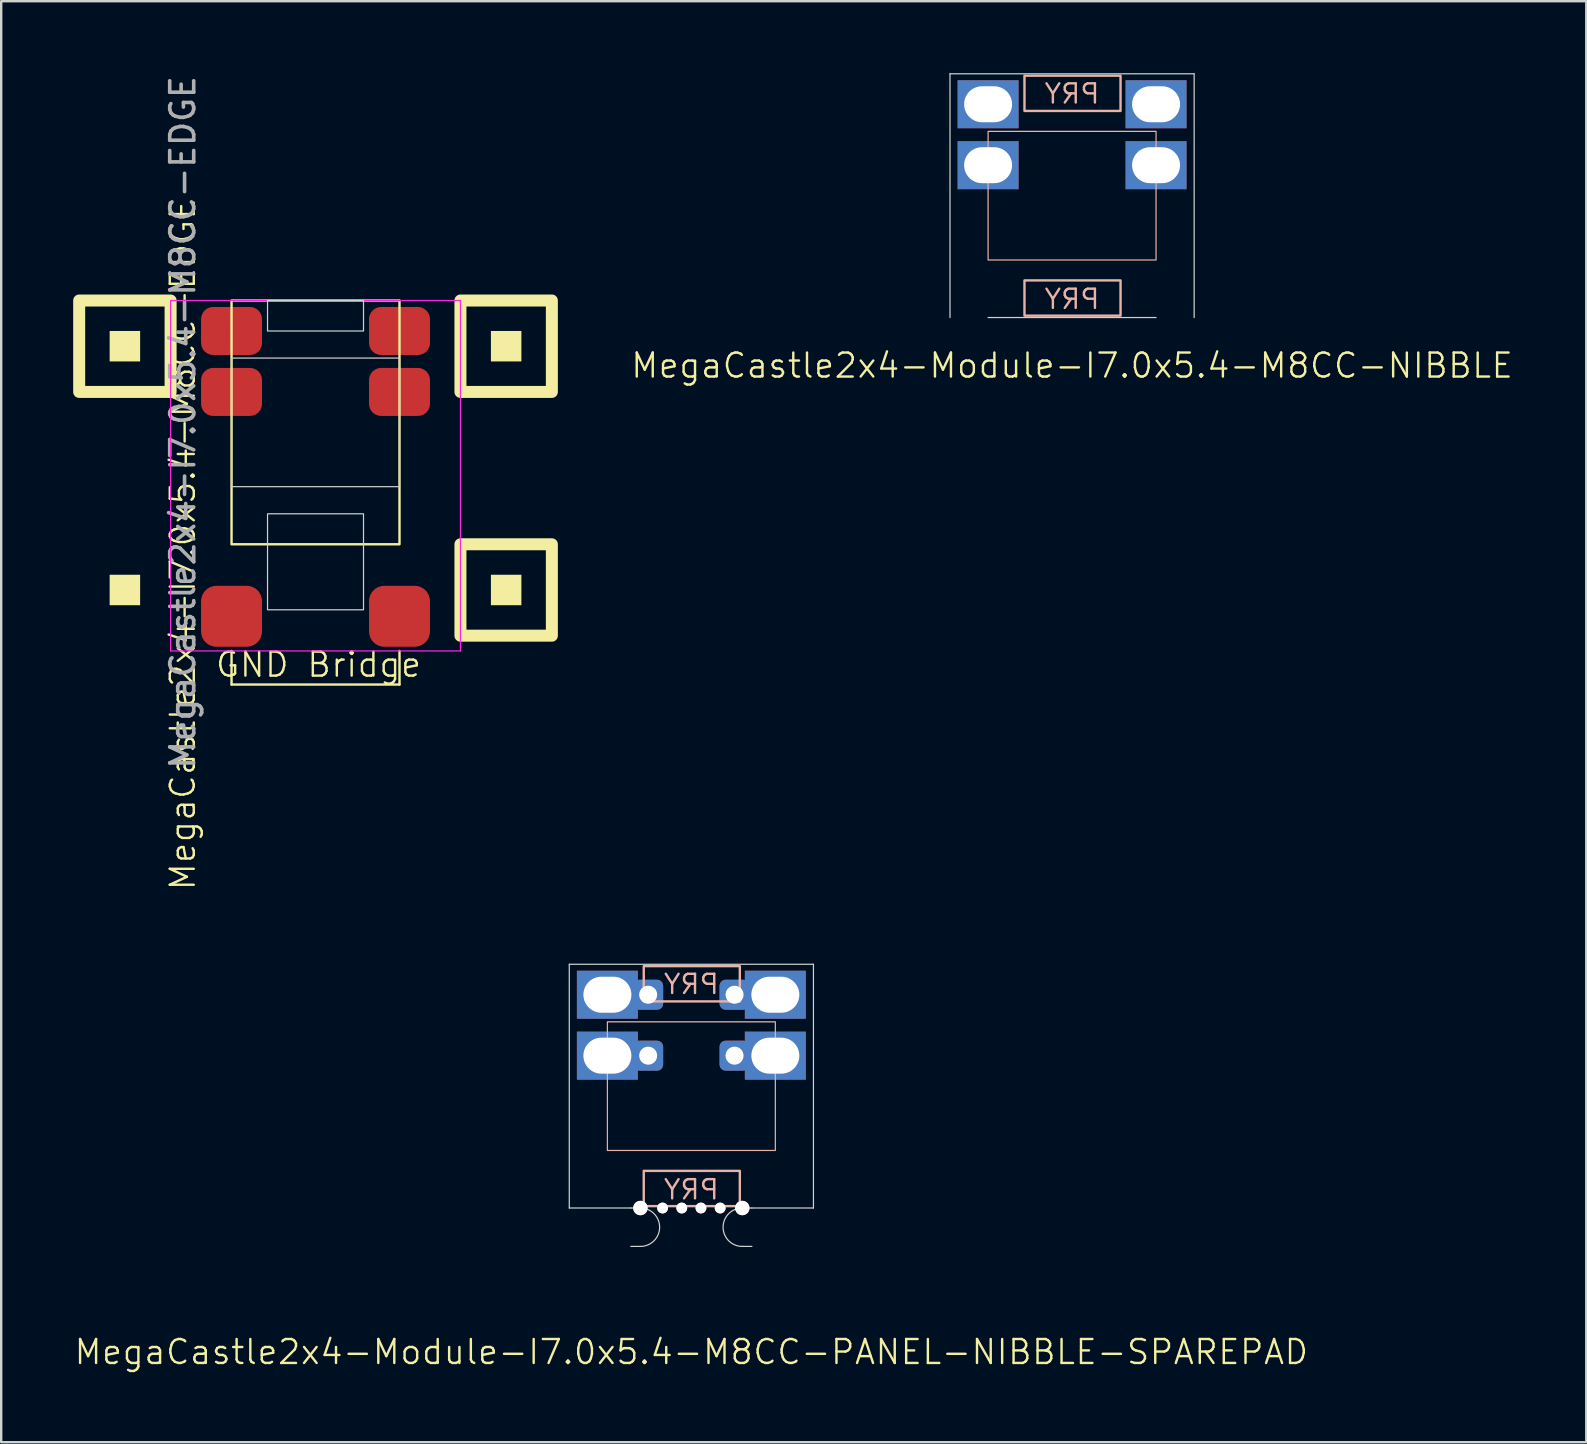
<source format=kicad_pcb>
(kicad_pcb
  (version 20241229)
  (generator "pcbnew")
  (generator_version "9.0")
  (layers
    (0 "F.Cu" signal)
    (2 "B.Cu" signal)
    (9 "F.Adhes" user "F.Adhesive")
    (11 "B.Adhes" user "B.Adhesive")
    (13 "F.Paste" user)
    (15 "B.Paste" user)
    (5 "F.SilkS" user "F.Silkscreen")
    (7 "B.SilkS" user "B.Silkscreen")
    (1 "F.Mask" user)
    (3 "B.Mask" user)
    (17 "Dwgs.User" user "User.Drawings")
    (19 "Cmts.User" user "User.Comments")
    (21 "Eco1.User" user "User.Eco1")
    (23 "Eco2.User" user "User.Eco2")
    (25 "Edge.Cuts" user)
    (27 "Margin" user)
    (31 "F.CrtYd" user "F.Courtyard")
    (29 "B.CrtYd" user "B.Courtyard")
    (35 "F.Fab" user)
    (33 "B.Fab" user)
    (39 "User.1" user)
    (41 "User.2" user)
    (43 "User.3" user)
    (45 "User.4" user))
  (footprint "MegaCastle2x4-Module-I7.0x5.4-M8CC-NIBBLE"
    (layer "F.Cu")
    (at 41.631 5.105)
    (property "Reference" "MegaCastle2x4-Module-I7.0x5.4-M8CC-NIBBLE" (at 0 7.08 0) (unlocked yes) (layer "F.SilkS") (effects (font (size 1 1) (thickness 0.1))))
    (attr smd)
    (fp_rect (start -3.5 2.68) (end 3.5 -2.68) (stroke (width 0.05) (type default)) (fill no) (layer "B.SilkS"))
    (fp_rect (start -1.984 -3.531) (end 2.02 -5) (stroke (width 0.1) (type default)) (fill no) (layer "B.SilkS"))
    (fp_rect (start -1.984 3.531) (end 2.02 5) (stroke (width 0.1) (type default)) (fill no) (layer "B.SilkS"))
    (fp_line (start -5.088 -5.08) (end -5.088 5.08) (stroke (width 0.05) (type default)) (layer "Edge.Cuts"))
    (fp_line (start -5.088 -5.08) (end 5.088 -5.08) (stroke (width 0.05) (type default)) (layer "Edge.Cuts"))
    (fp_line (start -3.5 5.08) (end 3.5 5.08) (stroke (width 0.05) (type default)) (layer "Edge.Cuts"))
    (fp_line (start 5.088 -5.08) (end 5.088 5.08) (stroke (width 0.05) (type default)) (layer "Edge.Cuts"))
    (fp_text user "PRY" (at 0 -3.78 0) (unlocked yes) (layer "B.SilkS") (effects (font (size 0.8 0.8) (thickness 0.1)) (justify bottom mirror)))
    (fp_text user "PRY" (at 0 4.78 0) (unlocked yes) (layer "B.SilkS") (effects (font (size 0.8 0.8) (thickness 0.1)) (justify bottom mirror)))
    (pad "1" thru_hole rect (at -3.5 -3.81) (size 2.54 2) (drill oval 2 1.5) (property pad_prop_castellated) (layers "*.Cu" "*.Mask"))
    (pad "2" thru_hole rect (at -3.5 -1.27) (size 2.54 2) (drill oval 2 1.5) (property pad_prop_castellated) (layers "*.Cu" "*.Mask"))
    (pad "5" thru_hole rect (at 3.5 -3.81) (size 2.54 2) (drill oval 2 1.5) (property pad_prop_castellated) (layers "*.Cu" "*.Mask"))
    (pad "6" thru_hole rect (at 3.5 -1.27) (size 2.54 2) (drill oval 2 1.5) (property pad_prop_castellated) (layers "*.Cu" "*.Mask"))
    (zone (net_name "") (layer "B.Cu") (hatch edge 0.5) (connect_pads) (min_thickness 0.25) (filled_areas_thickness no) (keepout (tracks allowed) (vias allowed) (pads allowed) (copperpour allowed) (footprints not_allowed)) (placement (enabled no)) (fill) (polygon (pts (xy 38.131 10.185) (xy 38.131 0.025))))
    (zone (net_name "") (layer "B.Cu") (hatch edge 0.5) (connect_pads) (min_thickness 0.25) (filled_areas_thickness no) (keepout (tracks allowed) (vias allowed) (pads allowed) (copperpour allowed) (footprints not_allowed)) (placement (enabled no)) (fill) (polygon (pts (xy 45.131 10.185) (xy 45.131 0.025))))
    (zone (net_name "") (layer "B.Cu") (hatch edge 0.5) (connect_pads) (min_thickness 0.25) (filled_areas_thickness no) (keepout (tracks allowed) (vias allowed) (pads allowed) (copperpour allowed) (footprints not_allowed)) (placement (enabled no)) (fill) (polygon (pts (xy 38.131 0.025) (xy 38.131 2.425) (xy 45.131 2.425) (xy 45.131 0.025))))
    (zone (net_name "") (layer "B.Cu") (hatch edge 0.5) (connect_pads) (min_thickness 0.25) (filled_areas_thickness no) (keepout (tracks allowed) (vias allowed) (pads allowed) (copperpour allowed) (footprints not_allowed)) (placement (enabled no)) (fill) (polygon (pts (xy 38.131 10.185) (xy 38.131 7.785) (xy 45.131 7.785) (xy 45.131 10.185))))
    (zone (net_name "") (layer "B.Cu") (name "Upper Pry Zone") (hatch edge 0.5) (connect_pads) (min_thickness 0.25) (filled_areas_thickness no) (keepout (tracks not_allowed) (vias not_allowed) (pads not_allowed) (copperpour allowed) (footprints not_allowed)) (placement (enabled no)) (fill) (polygon (pts (xy 39.647 1.574) (xy 39.647 0.105) (xy 43.65 0.105) (xy 43.65 1.574))))
    (zone (net_name "") (layer "B.Cu") (name "Upper Pry Zone") (hatch edge 0.5) (connect_pads) (min_thickness 0.25) (filled_areas_thickness no) (keepout (tracks not_allowed) (vias not_allowed) (pads not_allowed) (copperpour allowed) (footprints not_allowed)) (placement (enabled no)) (fill) (polygon (pts (xy 39.647 8.636) (xy 39.647 10.105) (xy 43.65 10.105) (xy 43.65 8.636)))))
  (footprint "MegaCastle2x4-I7.0x5.4-M8CC-EDGE"
    (layer "F.Cu")
    (at 10.1 14.554)
    (property "Reference" "MegaCastle2x4-I7.0x5.4-M8CC-EDGE" (at -5.532 5.08 90) (unlocked yes) (layer "F.SilkS") (effects (font (size 1 1) (thickness 0.1))))
    (attr smd)
    (fp_line (start -3.5 9.525) (end -3.5 10.925) (stroke (width 0.1) (type default)) (layer "F.SilkS"))
    (fp_line (start -3.5 10.925) (end 3.5 10.925) (stroke (width 0.1) (type default)) (layer "F.SilkS"))
    (fp_line (start 3.5 9.525) (end 3.5 10.925) (stroke (width 0.1) (type default)) (layer "F.SilkS"))
    (fp_rect (start -7.31 -2.54) (end -8.58 -3.81) (stroke (width 0) (type solid)) (fill yes) (layer "F.SilkS"))
    (fp_rect (start -7.31 7.62) (end -8.58 6.35) (stroke (width 0) (type solid)) (fill yes) (layer "F.SilkS"))
    (fp_rect (start -6.04 -1.27) (end -9.85 -5.08) (stroke (width 0.5) (type default)) (fill no) (layer "F.SilkS"))
    (fp_rect (start -3.5 -5.08) (end 3.5 5.08) (stroke (width 0.1) (type default)) (fill no) (layer "F.SilkS"))
    (fp_rect (start 8.58 -2.54) (end 7.31 -3.81) (stroke (width 0) (type solid)) (fill yes) (layer "F.SilkS"))
    (fp_rect (start 8.58 7.62) (end 7.31 6.35) (stroke (width 0) (type solid)) (fill yes) (layer "F.SilkS"))
    (fp_rect (start 9.85 -1.27) (end 6.04 -5.08) (stroke (width 0.5) (type default)) (fill no) (layer "F.SilkS"))
    (fp_rect (start 9.85 8.89) (end 6.04 5.08) (stroke (width 0.5) (type default)) (fill no) (layer "F.SilkS"))
    (fp_rect (start -3.5 -2.68) (end 3.5 2.68) (stroke (width 0.05) (type default)) (fill no) (layer "Edge.Cuts"))
    (fp_rect (start -2 -3.81) (end 2 -5.08) (stroke (width 0.05) (type default)) (fill no) (layer "Edge.Cuts"))
    (fp_rect (start -2 3.81) (end 2 7.81) (stroke (width 0.05) (type default)) (fill no) (layer "Edge.Cuts"))
    (fp_line (start -6.04 -5.08) (end -6.04 9.525) (stroke (width 0.05) (type default)) (layer "F.CrtYd"))
    (fp_line (start -6.04 9.525) (end 6.04 9.525) (stroke (width 0.05) (type default)) (layer "F.CrtYd"))
    (fp_line (start 6.04 -5.08) (end -6.04 -5.08) (stroke (width 0.05) (type default)) (layer "F.CrtYd"))
    (fp_line (start 6.04 -5.08) (end 6.04 9.525) (stroke (width 0.05) (type default)) (layer "F.CrtYd"))
    (fp_text user "GND Bridge" (at -4.226 10.68 0) (unlocked yes) (layer "F.SilkS") (effects (font (size 1 1) (thickness 0.1)) (justify left bottom)))
    (fp_text user "${REFERENCE}" (at -5.532 0 90) (unlocked yes) (layer "F.Fab") (effects (font (size 1 1) (thickness 0.15))))
    (pad "1" smd roundrect (at -3.5 -3.81) (size 2.54 2) (layers "F.Cu" "F.Mask" "F.Paste") (roundrect_rratio 0.25))
    (pad "2" smd roundrect (at -3.5 -1.27) (size 2.54 2) (layers "F.Cu" "F.Mask" "F.Paste") (roundrect_rratio 0.25))
    (pad "5" smd roundrect (at 3.5 -3.81) (size 2.54 2) (layers "F.Cu" "F.Mask" "F.Paste") (roundrect_rratio 0.25))
    (pad "6" smd roundrect (at 3.5 -1.27) (size 2.54 2) (layers "F.Cu" "F.Mask" "F.Paste") (roundrect_rratio 0.25))
    (pad "B1" smd roundrect (at -3.5 8.08) (size 2.54 2.54) (layers "F.Cu" "F.Mask" "F.Paste") (roundrect_rratio 0.25))
    (pad "B2" smd roundrect (at 3.5 8.08) (size 2.54 2.54) (layers "F.Cu" "F.Mask" "F.Paste") (roundrect_rratio 0.25)))
  (footprint "MegaCastle2x4-Module-I7.0x5.4-M8CC-PANEL-NIBBLE-SPAREPAD"
    (layer "F.Cu")
    (at 25.764 42.217)
    (property "Reference" "MegaCastle2x4-Module-I7.0x5.4-M8CC-PANEL-NIBBLE-SPAREPAD" (at 0 11.08 0) (unlocked yes) (layer "F.SilkS") (effects (font (size 1 1) (thickness 0.1))))
    (attr smd)
    (fp_rect (start -3.5 2.68) (end 3.5 -2.68) (stroke (width 0.05) (type default)) (fill no) (layer "B.SilkS"))
    (fp_rect (start -1.984 -3.531) (end 2.02 -5) (stroke (width 0.1) (type default)) (fill no) (layer "B.SilkS"))
    (fp_rect (start -1.984 3.531) (end 2.02 5) (stroke (width 0.1) (type default)) (fill no) (layer "B.SilkS"))
    (fp_line (start -5.088 -5.08) (end -5.088 5.08) (stroke (width 0.05) (type default)) (layer "Edge.Cuts"))
    (fp_line (start -5.088 -5.08) (end 5.088 -5.08) (stroke (width 0.05) (type default)) (layer "Edge.Cuts"))
    (fp_line (start -5.088 5.08) (end -2.522 5.08) (stroke (width 0.05) (type default)) (layer "Edge.Cuts"))
    (fp_line (start -2.522 5.08) (end -2.123 5.08) (stroke (width 0.05) (type default)) (layer "Edge.Cuts"))
    (fp_line (start -2.522 6.68) (end -2.123 6.68) (stroke (width 0.05) (type default)) (layer "Edge.Cuts"))
    (fp_line (start 2.522 5.08) (end 2.123 5.08) (stroke (width 0.05) (type default)) (layer "Edge.Cuts"))
    (fp_line (start 2.522 5.08) (end 5.088 5.08) (stroke (width 0.05) (type default)) (layer "Edge.Cuts"))
    (fp_line (start 2.522 6.68) (end 2.123 6.68) (stroke (width 0.05) (type default)) (layer "Edge.Cuts"))
    (fp_line (start 5.088 -5.08) (end 5.088 5.08) (stroke (width 0.05) (type default)) (layer "Edge.Cuts"))
    (fp_arc (start -2.1225 5.08) (mid -1.3225 5.88) (end -2.1225 6.68) (stroke (width 0.05) (type default)) (layer "Edge.Cuts"))
    (fp_arc (start 2.1225 6.68) (mid 1.3225 5.88) (end 2.1225 5.08) (stroke (width 0.05) (type default)) (layer "Edge.Cuts"))
    (fp_text user "PRY" (at 0 4.78 0) (unlocked yes) (layer "B.SilkS") (effects (font (size 0.8 0.8) (thickness 0.1)) (justify bottom mirror)))
    (fp_text user "PRY" (at 0 -3.78 0) (unlocked yes) (layer "B.SilkS") (effects (font (size 0.8 0.8) (thickness 0.1)) (justify bottom mirror)))
    (pad "" np_thru_hole circle (at -2.123 5.08) (size 0.6 0.6) (drill 0.6) (layers "*.Cu" "Edge.Cuts"))
    (pad "" np_thru_hole circle (at -1.2 5.08) (size 0.45 0.45) (drill 0.45) (layers "*.Cu" "Edge.Cuts"))
    (pad "" np_thru_hole circle (at -0.4 5.08) (size 0.45 0.45) (drill 0.45) (layers "*.Cu" "Edge.Cuts"))
    (pad "" np_thru_hole circle (at 0.4 5.08) (size 0.45 0.45) (drill 0.45) (layers "*.Cu" "Edge.Cuts"))
    (pad "" np_thru_hole circle (at 1.2 5.08) (size 0.45 0.45) (drill 0.45) (layers "*.Cu" "Edge.Cuts"))
    (pad "" np_thru_hole circle (at 2.123 5.08) (size 0.6 0.6) (drill 0.6) (layers "*.Cu" "Edge.Cuts"))
    (pad "1" thru_hole rect (at -3.5 -3.81) (size 2.54 2) (drill oval 2 1.5) (property pad_prop_castellated) (layers "*.Cu" "*.Mask"))
    (pad "1" thru_hole roundrect (at -1.8 -3.81 180) (size 1.25 1.25) (drill 0.75) (layers "*.Cu" "*.Mask") (roundrect_rratio 0.2))
    (pad "2" thru_hole rect (at -3.5 -1.27) (size 2.54 2) (drill oval 2 1.5) (property pad_prop_castellated) (layers "*.Cu" "*.Mask"))
    (pad "2" thru_hole roundrect (at -1.8 -1.27 180) (size 1.25 1.25) (drill 0.75) (layers "*.Cu" "*.Mask") (roundrect_rratio 0.2))
    (pad "5" thru_hole roundrect (at 1.8 -3.81 180) (size 1.25 1.25) (drill 0.75) (layers "*.Cu" "*.Mask") (roundrect_rratio 0.2))
    (pad "5" thru_hole rect (at 3.5 -3.81) (size 2.54 2) (drill oval 2 1.5) (property pad_prop_castellated) (layers "*.Cu" "*.Mask"))
    (pad "6" thru_hole roundrect (at 1.8 -1.27 180) (size 1.25 1.25) (drill 0.75) (layers "*.Cu" "*.Mask") (roundrect_rratio 0.2))
    (pad "6" thru_hole rect (at 3.5 -1.27) (size 2.54 2) (drill oval 2 1.5) (property pad_prop_castellated) (layers "*.Cu" "*.Mask"))
    (zone (net_name "") (layer "B.Cu") (hatch edge 0.5) (connect_pads) (min_thickness 0.25) (filled_areas_thickness no) (keepout (tracks allowed) (vias allowed) (pads allowed) (copperpour allowed) (footprints not_allowed)) (placement (enabled no)) (fill) (polygon (pts (xy 22.264 47.297) (xy 22.264 37.137))))
    (zone (net_name "") (layer "B.Cu") (hatch edge 0.5) (connect_pads) (min_thickness 0.25) (filled_areas_thickness no) (keepout (tracks allowed) (vias allowed) (pads allowed) (copperpour allowed) (footprints not_allowed)) (placement (enabled no)) (fill) (polygon (pts (xy 29.264 47.297) (xy 29.264 37.137))))
    (zone (net_name "") (layer "B.Cu") (hatch edge 0.5) (connect_pads) (min_thickness 0.25) (filled_areas_thickness no) (keepout (tracks allowed) (vias allowed) (pads allowed) (copperpour allowed) (footprints not_allowed)) (placement (enabled no)) (fill) (polygon (pts (xy 22.264 37.137) (xy 22.264 39.537) (xy 29.264 39.537) (xy 29.264 37.137))))
    (zone (net_name "") (layer "B.Cu") (hatch edge 0.5) (connect_pads) (min_thickness 0.25) (filled_areas_thickness no) (keepout (tracks allowed) (vias allowed) (pads allowed) (copperpour allowed) (footprints not_allowed)) (placement (enabled no)) (fill) (polygon (pts (xy 22.264 47.297) (xy 22.264 44.897) (xy 29.264 44.897) (xy 29.264 47.297))))
    (zone (net_name "") (layer "B.Cu") (name "Upper Pry Zone") (hatch edge 0.5) (connect_pads) (min_thickness 0.25) (filled_areas_thickness no) (keepout (tracks not_allowed) (vias not_allowed) (pads not_allowed) (copperpour allowed) (footprints not_allowed)) (placement (enabled no)) (fill) (polygon (pts (xy 23.78 38.686) (xy 23.78 37.217) (xy 27.784 37.217) (xy 27.784 38.686))))
    (zone (net_name "") (layer "B.Cu") (name "Upper Pry Zone") (hatch edge 0.5) (connect_pads) (min_thickness 0.25) (filled_areas_thickness no) (keepout (tracks not_allowed) (vias not_allowed) (pads not_allowed) (copperpour allowed) (footprints not_allowed)) (placement (enabled no)) (fill) (polygon (pts (xy 23.78 45.749) (xy 23.78 47.217) (xy 27.784 47.217) (xy 27.784 45.749)))))
  (gr_rect
    (start -3 -3)
    (end 63.062 57.058)
    (stroke (width 0.1) (type default))
    (fill no)
    (layer "Edge.Cuts")))
</source>
